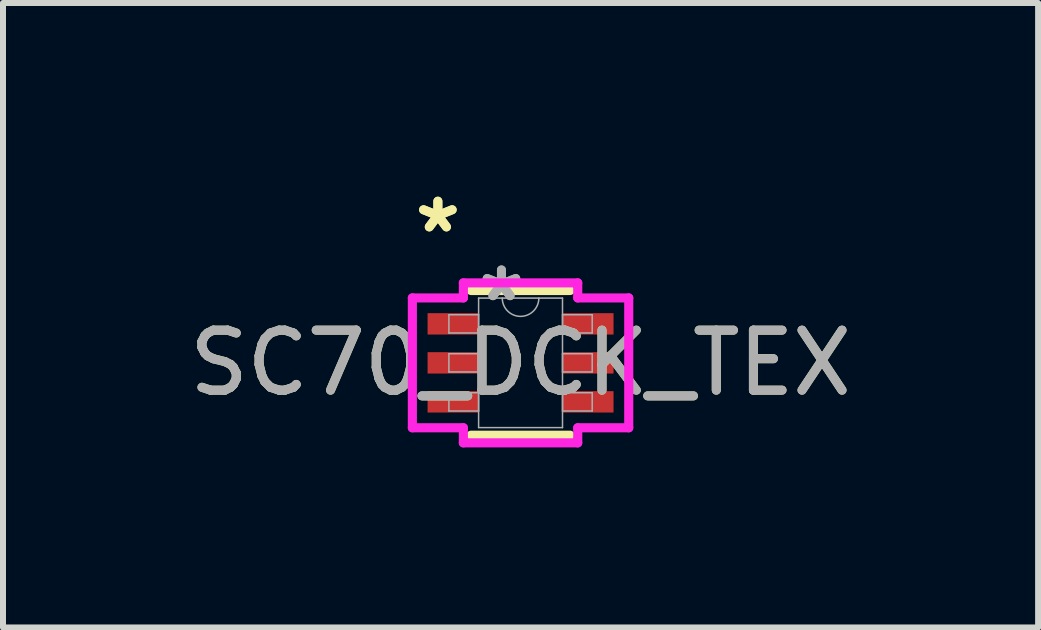
<source format=kicad_pcb>
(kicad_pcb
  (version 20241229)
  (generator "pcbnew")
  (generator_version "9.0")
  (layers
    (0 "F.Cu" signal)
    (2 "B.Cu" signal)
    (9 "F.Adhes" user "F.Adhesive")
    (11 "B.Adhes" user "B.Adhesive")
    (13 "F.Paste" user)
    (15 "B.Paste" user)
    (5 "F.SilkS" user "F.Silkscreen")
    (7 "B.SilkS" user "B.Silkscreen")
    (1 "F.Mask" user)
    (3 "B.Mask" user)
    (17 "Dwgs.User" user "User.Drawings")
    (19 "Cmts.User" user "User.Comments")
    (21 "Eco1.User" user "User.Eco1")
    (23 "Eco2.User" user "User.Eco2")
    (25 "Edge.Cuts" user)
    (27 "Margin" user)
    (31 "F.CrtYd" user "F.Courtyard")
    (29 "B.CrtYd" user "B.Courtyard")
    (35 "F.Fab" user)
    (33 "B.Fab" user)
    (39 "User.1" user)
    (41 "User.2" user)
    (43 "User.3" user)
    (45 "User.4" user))
  (footprint "SC70_DCK_TEX"
    (layer "F.Cu")
    (at 5.625 2.997)
    (property "Reference" "SC70_DCK_TEX" (at 0 0 0) (unlocked yes) (layer "F.SilkS") (effects (font (size 1 1) (thickness 0.15))))
    (attr smd)
    (fp_line (start -0.826 1.206) (end 0.826 1.206) (stroke (width 0.152) (type solid)) (layer "F.SilkS"))
    (fp_line (start 0.826 -1.206) (end -0.826 -1.206) (stroke (width 0.152) (type solid)) (layer "F.SilkS"))
    (fp_line (start -1.803 -1.082) (end -0.953 -1.082) (stroke (width 0.152) (type solid)) (layer "F.CrtYd"))
    (fp_line (start -1.803 1.082) (end -1.803 -1.082) (stroke (width 0.152) (type solid)) (layer "F.CrtYd"))
    (fp_line (start -1.803 1.082) (end -0.953 1.082) (stroke (width 0.152) (type solid)) (layer "F.CrtYd"))
    (fp_line (start -0.953 -1.333) (end 0.953 -1.333) (stroke (width 0.152) (type solid)) (layer "F.CrtYd"))
    (fp_line (start -0.953 -1.082) (end -0.953 -1.333) (stroke (width 0.152) (type solid)) (layer "F.CrtYd"))
    (fp_line (start -0.953 1.333) (end -0.953 1.082) (stroke (width 0.152) (type solid)) (layer "F.CrtYd"))
    (fp_line (start 0.953 -1.333) (end 0.953 -1.082) (stroke (width 0.152) (type solid)) (layer "F.CrtYd"))
    (fp_line (start 0.953 1.082) (end 0.953 1.333) (stroke (width 0.152) (type solid)) (layer "F.CrtYd"))
    (fp_line (start 0.953 1.333) (end -0.953 1.333) (stroke (width 0.152) (type solid)) (layer "F.CrtYd"))
    (fp_line (start 1.803 -1.082) (end 0.953 -1.082) (stroke (width 0.152) (type solid)) (layer "F.CrtYd"))
    (fp_line (start 1.803 -1.082) (end 1.803 1.082) (stroke (width 0.152) (type solid)) (layer "F.CrtYd"))
    (fp_line (start 1.803 1.082) (end 0.953 1.082) (stroke (width 0.152) (type solid)) (layer "F.CrtYd"))
    (fp_line (start -1.194 -0.802) (end -1.194 -0.498) (stroke (width 0.025) (type solid)) (layer "F.Fab"))
    (fp_line (start -1.194 -0.498) (end -0.699 -0.498) (stroke (width 0.025) (type solid)) (layer "F.Fab"))
    (fp_line (start -1.194 -0.152) (end -1.194 0.152) (stroke (width 0.025) (type solid)) (layer "F.Fab"))
    (fp_line (start -1.194 0.152) (end -0.699 0.152) (stroke (width 0.025) (type solid)) (layer "F.Fab"))
    (fp_line (start -1.194 0.498) (end -1.194 0.802) (stroke (width 0.025) (type solid)) (layer "F.Fab"))
    (fp_line (start -1.194 0.802) (end -0.699 0.802) (stroke (width 0.025) (type solid)) (layer "F.Fab"))
    (fp_line (start -0.699 -1.079) (end -0.699 1.079) (stroke (width 0.025) (type solid)) (layer "F.Fab"))
    (fp_line (start -0.699 -0.802) (end -1.194 -0.802) (stroke (width 0.025) (type solid)) (layer "F.Fab"))
    (fp_line (start -0.699 -0.498) (end -0.699 -0.802) (stroke (width 0.025) (type solid)) (layer "F.Fab"))
    (fp_line (start -0.699 -0.152) (end -1.194 -0.152) (stroke (width 0.025) (type solid)) (layer "F.Fab"))
    (fp_line (start -0.699 0.152) (end -0.699 -0.152) (stroke (width 0.025) (type solid)) (layer "F.Fab"))
    (fp_line (start -0.699 0.498) (end -1.194 0.498) (stroke (width 0.025) (type solid)) (layer "F.Fab"))
    (fp_line (start -0.699 0.802) (end -0.699 0.498) (stroke (width 0.025) (type solid)) (layer "F.Fab"))
    (fp_line (start -0.699 1.079) (end 0.699 1.079) (stroke (width 0.025) (type solid)) (layer "F.Fab"))
    (fp_line (start 0.699 -1.079) (end -0.699 -1.079) (stroke (width 0.025) (type solid)) (layer "F.Fab"))
    (fp_line (start 0.699 -0.802) (end 0.699 -0.498) (stroke (width 0.025) (type solid)) (layer "F.Fab"))
    (fp_line (start 0.699 -0.498) (end 1.194 -0.498) (stroke (width 0.025) (type solid)) (layer "F.Fab"))
    (fp_line (start 0.699 -0.152) (end 0.699 0.152) (stroke (width 0.025) (type solid)) (layer "F.Fab"))
    (fp_line (start 0.699 0.152) (end 1.194 0.152) (stroke (width 0.025) (type solid)) (layer "F.Fab"))
    (fp_line (start 0.699 0.498) (end 0.699 0.802) (stroke (width 0.025) (type solid)) (layer "F.Fab"))
    (fp_line (start 0.699 0.802) (end 1.194 0.802) (stroke (width 0.025) (type solid)) (layer "F.Fab"))
    (fp_line (start 0.699 1.079) (end 0.699 -1.079) (stroke (width 0.025) (type solid)) (layer "F.Fab"))
    (fp_line (start 1.194 -0.802) (end 0.699 -0.802) (stroke (width 0.025) (type solid)) (layer "F.Fab"))
    (fp_line (start 1.194 -0.498) (end 1.194 -0.802) (stroke (width 0.025) (type solid)) (layer "F.Fab"))
    (fp_line (start 1.194 -0.152) (end 0.699 -0.152) (stroke (width 0.025) (type solid)) (layer "F.Fab"))
    (fp_line (start 1.194 0.152) (end 1.194 -0.152) (stroke (width 0.025) (type solid)) (layer "F.Fab"))
    (fp_line (start 1.194 0.498) (end 0.699 0.498) (stroke (width 0.025) (type solid)) (layer "F.Fab"))
    (fp_line (start 1.194 0.802) (end 1.194 0.498) (stroke (width 0.025) (type solid)) (layer "F.Fab"))
    (fp_arc (start 0.3048 -1.0795) (mid 0 -0.7747) (end -0.3048 -1.0795) (stroke (width 0.0254) (type solid)) (layer "F.Fab"))
    (fp_text user "*" (at -1.378 -2.149 0) (unlocked yes) (layer "F.SilkS") (effects (font (size 1 1) (thickness 0.15))))
    (fp_text user "*" (at -1.378 -2.149 0) (layer "F.SilkS") (effects (font (size 1 1) (thickness 0.15))))
    (fp_text user "*" (at -0.318 -1.003 0) (unlocked yes) (layer "F.Fab") (effects (font (size 1 1) (thickness 0.15))))
    (fp_text user "${REFERENCE}" (at 0 0 0) (unlocked yes) (layer "F.Fab") (effects (font (size 1 1) (thickness 0.15))))
    (fp_text user "*" (at -0.318 -1.003 0) (layer "F.Fab") (effects (font (size 1 1) (thickness 0.15))))
    (pad "1" smd rect (at -1.124 -0.65) (size 0.851 0.356) (layers "F.Cu" "F.Mask" "F.Paste"))
    (pad "2" smd rect (at -1.124 0) (size 0.851 0.356) (layers "F.Cu" "F.Mask" "F.Paste"))
    (pad "3" smd rect (at -1.124 0.65) (size 0.851 0.356) (layers "F.Cu" "F.Mask" "F.Paste"))
    (pad "4" smd rect (at 1.124 0.65) (size 0.851 0.356) (layers "F.Cu" "F.Mask" "F.Paste"))
    (pad "5" smd rect (at 1.124 0) (size 0.851 0.356) (layers "F.Cu" "F.Mask" "F.Paste"))
    (pad "6" smd rect (at 1.124 -0.65) (size 0.851 0.356) (layers "F.Cu" "F.Mask" "F.Paste")))
  (gr_rect
    (start -3 -3)
    (end 14.25 7.407)
    (stroke (width 0.1) (type default))
    (fill no)
    (layer "Edge.Cuts")))
</source>
